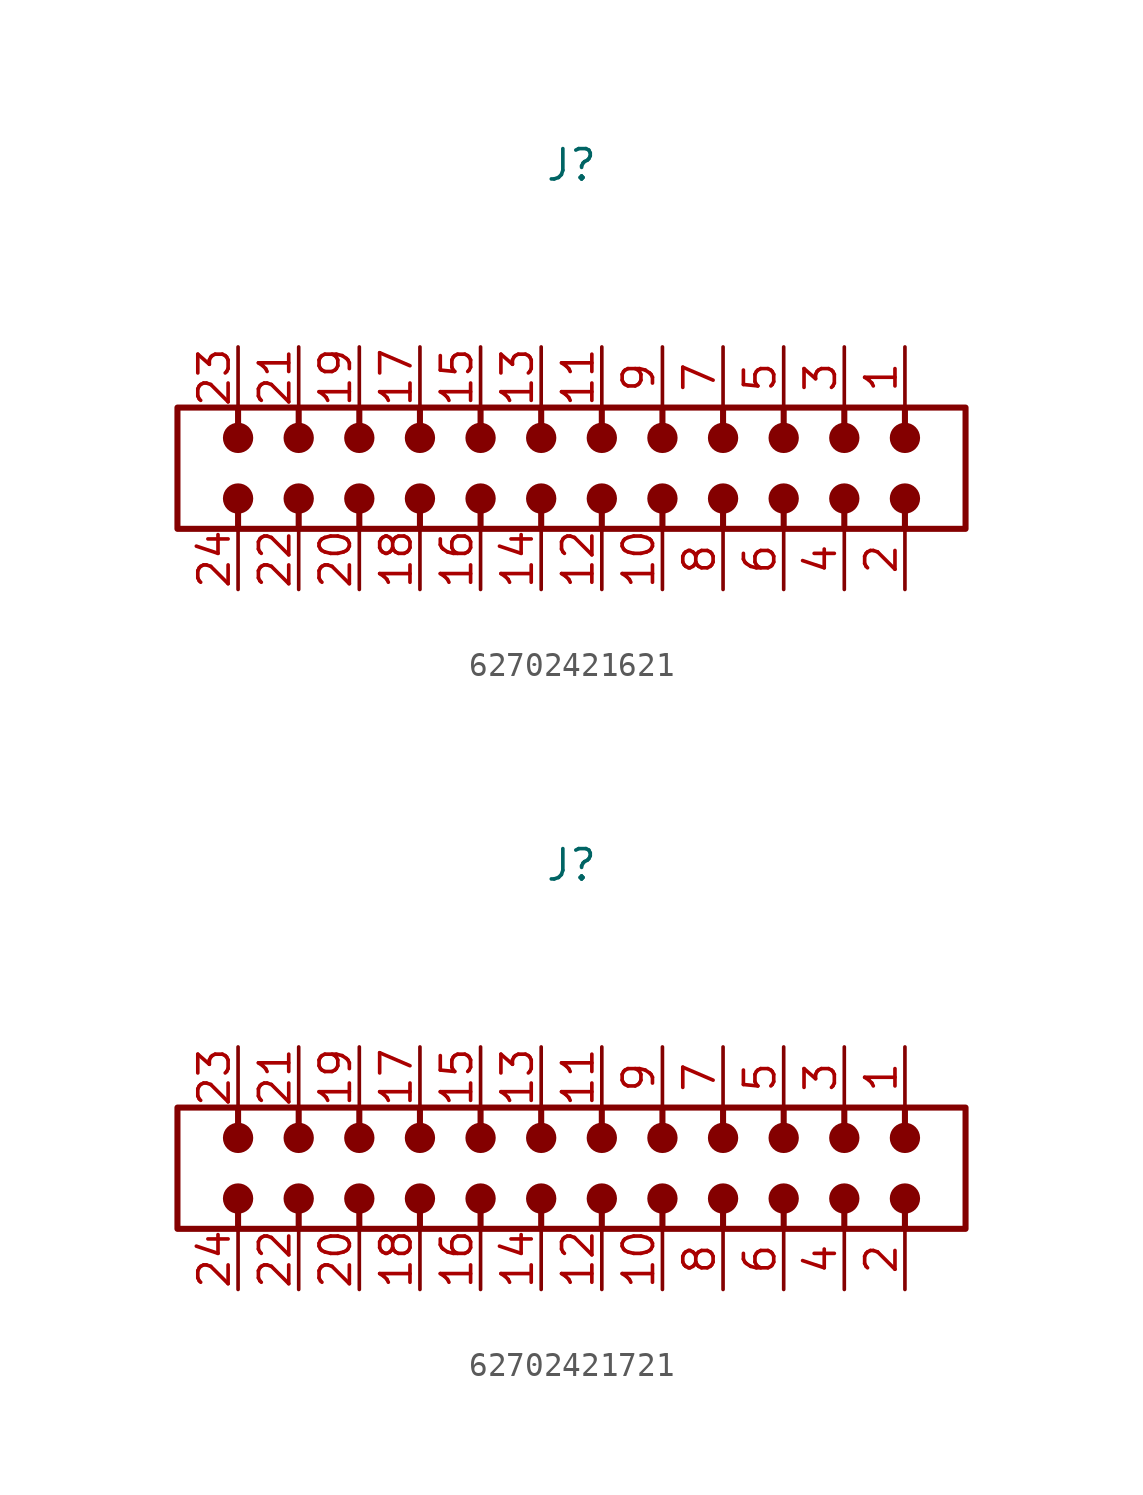
<source format=kicad_sym>
(kicad_symbol_lib
  (version 20241209)
  (generator "kicad_symbol_editor")
  (generator_version "9.0")
  (symbol "62702421621"
    (pin_names
      (hide yes))
    (property "Reference" "J"
      (at 0 12.7 0)
      (effects (font (size 1.27 1.27))))
    (symbol "62702421621_1_1"
      (rectangle (start -16.51 2.54) (end 16.51 -2.54) (stroke (width 0.254) (type solid)) (fill (type none)))
      (polyline (pts (xy -13.97 1.778) (xy -13.97 2.54)) (stroke (width 0.254) (type solid)) (fill (type none)))
      (circle (center -13.97 1.27) (radius 0.508) (stroke (width 0.254) (type solid)) (fill (type outline)))
      (circle (center -13.97 -1.27) (radius 0.508) (stroke (width 0.254) (type solid)) (fill (type outline)))
      (polyline (pts (xy -13.97 -1.778) (xy -13.97 -2.54)) (stroke (width 0.254) (type solid)) (fill (type none)))
      (polyline (pts (xy -11.43 1.778) (xy -11.43 2.54)) (stroke (width 0.254) (type solid)) (fill (type none)))
      (circle (center -11.43 1.27) (radius 0.508) (stroke (width 0.254) (type solid)) (fill (type outline)))
      (circle (center -11.43 -1.27) (radius 0.508) (stroke (width 0.254) (type solid)) (fill (type outline)))
      (polyline (pts (xy -11.43 -1.778) (xy -11.43 -2.54)) (stroke (width 0.254) (type solid)) (fill (type none)))
      (polyline (pts (xy -8.89 1.778) (xy -8.89 2.54)) (stroke (width 0.254) (type solid)) (fill (type none)))
      (circle (center -8.89 1.27) (radius 0.508) (stroke (width 0.254) (type solid)) (fill (type outline)))
      (circle (center -8.89 -1.27) (radius 0.508) (stroke (width 0.254) (type solid)) (fill (type outline)))
      (polyline (pts (xy -8.89 -1.778) (xy -8.89 -2.54)) (stroke (width 0.254) (type solid)) (fill (type none)))
      (polyline (pts (xy -6.35 1.778) (xy -6.35 2.54)) (stroke (width 0.254) (type solid)) (fill (type none)))
      (circle (center -6.35 1.27) (radius 0.508) (stroke (width 0.254) (type solid)) (fill (type outline)))
      (circle (center -6.35 -1.27) (radius 0.508) (stroke (width 0.254) (type solid)) (fill (type outline)))
      (polyline (pts (xy -6.35 -1.778) (xy -6.35 -2.54)) (stroke (width 0.254) (type solid)) (fill (type none)))
      (polyline (pts (xy -3.81 1.778) (xy -3.81 2.54)) (stroke (width 0.254) (type solid)) (fill (type none)))
      (circle (center -3.81 1.27) (radius 0.508) (stroke (width 0.254) (type solid)) (fill (type outline)))
      (circle (center -3.81 -1.27) (radius 0.508) (stroke (width 0.254) (type solid)) (fill (type outline)))
      (polyline (pts (xy -3.81 -1.778) (xy -3.81 -2.54)) (stroke (width 0.254) (type solid)) (fill (type none)))
      (polyline (pts (xy -1.27 1.778) (xy -1.27 2.54)) (stroke (width 0.254) (type solid)) (fill (type none)))
      (circle (center -1.27 1.27) (radius 0.508) (stroke (width 0.254) (type solid)) (fill (type outline)))
      (circle (center -1.27 -1.27) (radius 0.508) (stroke (width 0.254) (type solid)) (fill (type outline)))
      (polyline (pts (xy -1.27 -1.778) (xy -1.27 -2.54)) (stroke (width 0.254) (type solid)) (fill (type none)))
      (polyline (pts (xy 1.27 1.778) (xy 1.27 2.54)) (stroke (width 0.254) (type solid)) (fill (type none)))
      (circle (center 1.27 1.27) (radius 0.508) (stroke (width 0.254) (type solid)) (fill (type outline)))
      (circle (center 1.27 -1.27) (radius 0.508) (stroke (width 0.254) (type solid)) (fill (type outline)))
      (polyline (pts (xy 1.27 -1.778) (xy 1.27 -2.54)) (stroke (width 0.254) (type solid)) (fill (type none)))
      (polyline (pts (xy 3.81 1.778) (xy 3.81 2.54)) (stroke (width 0.254) (type solid)) (fill (type none)))
      (circle (center 3.81 1.27) (radius 0.508) (stroke (width 0.254) (type solid)) (fill (type outline)))
      (circle (center 3.81 -1.27) (radius 0.508) (stroke (width 0.254) (type solid)) (fill (type outline)))
      (polyline (pts (xy 3.81 -1.778) (xy 3.81 -2.54)) (stroke (width 0.254) (type solid)) (fill (type none)))
      (polyline (pts (xy 6.35 1.778) (xy 6.35 2.54)) (stroke (width 0.254) (type solid)) (fill (type none)))
      (circle (center 6.35 1.27) (radius 0.508) (stroke (width 0.254) (type solid)) (fill (type outline)))
      (circle (center 6.35 -1.27) (radius 0.508) (stroke (width 0.254) (type solid)) (fill (type outline)))
      (polyline (pts (xy 6.35 -1.778) (xy 6.35 -2.54)) (stroke (width 0.254) (type solid)) (fill (type none)))
      (polyline (pts (xy 8.89 1.778) (xy 8.89 2.54)) (stroke (width 0.254) (type solid)) (fill (type none)))
      (circle (center 8.89 1.27) (radius 0.508) (stroke (width 0.254) (type solid)) (fill (type outline)))
      (circle (center 8.89 -1.27) (radius 0.508) (stroke (width 0.254) (type solid)) (fill (type outline)))
      (polyline (pts (xy 8.89 -1.778) (xy 8.89 -2.54)) (stroke (width 0.254) (type solid)) (fill (type none)))
      (polyline (pts (xy 11.43 1.778) (xy 11.43 2.54)) (stroke (width 0.254) (type solid)) (fill (type none)))
      (circle (center 11.43 1.27) (radius 0.508) (stroke (width 0.254) (type solid)) (fill (type outline)))
      (circle (center 11.43 -1.27) (radius 0.508) (stroke (width 0.254) (type solid)) (fill (type outline)))
      (polyline (pts (xy 11.43 -1.778) (xy 11.43 -2.54)) (stroke (width 0.254) (type solid)) (fill (type none)))
      (polyline (pts (xy 13.97 1.778) (xy 13.97 2.54)) (stroke (width 0.254) (type solid)) (fill (type none)))
      (circle (center 13.97 1.27) (radius 0.508) (stroke (width 0.254) (type solid)) (fill (type outline)))
      (circle (center 13.97 -1.27) (radius 0.508) (stroke (width 0.254) (type solid)) (fill (type outline)))
      (polyline (pts (xy 13.97 -1.778) (xy 13.97 -2.54)) (stroke (width 0.254) (type solid)) (fill (type none)))
      (pin passive line (at -13.97 5.08 270) (length 2.54) (name "23" (effects (font (size 1.27 1.27)))) (number "23" (effects (font (size 1.27 1.27)))))
      (pin passive line (at -13.97 -5.08 90) (length 2.54) (name "24" (effects (font (size 1.27 1.27)))) (number "24" (effects (font (size 1.27 1.27)))))
      (pin passive line (at -11.43 5.08 270) (length 2.54) (name "21" (effects (font (size 1.27 1.27)))) (number "21" (effects (font (size 1.27 1.27)))))
      (pin passive line (at -11.43 -5.08 90) (length 2.54) (name "22" (effects (font (size 1.27 1.27)))) (number "22" (effects (font (size 1.27 1.27)))))
      (pin passive line (at -8.89 5.08 270) (length 2.54) (name "19" (effects (font (size 1.27 1.27)))) (number "19" (effects (font (size 1.27 1.27)))))
      (pin passive line (at -8.89 -5.08 90) (length 2.54) (name "20" (effects (font (size 1.27 1.27)))) (number "20" (effects (font (size 1.27 1.27)))))
      (pin passive line (at -6.35 5.08 270) (length 2.54) (name "17" (effects (font (size 1.27 1.27)))) (number "17" (effects (font (size 1.27 1.27)))))
      (pin passive line (at -6.35 -5.08 90) (length 2.54) (name "18" (effects (font (size 1.27 1.27)))) (number "18" (effects (font (size 1.27 1.27)))))
      (pin passive line (at -3.81 5.08 270) (length 2.54) (name "15" (effects (font (size 1.27 1.27)))) (number "15" (effects (font (size 1.27 1.27)))))
      (pin passive line (at -3.81 -5.08 90) (length 2.54) (name "16" (effects (font (size 1.27 1.27)))) (number "16" (effects (font (size 1.27 1.27)))))
      (pin passive line (at -1.27 5.08 270) (length 2.54) (name "13" (effects (font (size 1.27 1.27)))) (number "13" (effects (font (size 1.27 1.27)))))
      (pin passive line (at -1.27 -5.08 90) (length 2.54) (name "14" (effects (font (size 1.27 1.27)))) (number "14" (effects (font (size 1.27 1.27)))))
      (pin passive line (at 1.27 5.08 270) (length 2.54) (name "11" (effects (font (size 1.27 1.27)))) (number "11" (effects (font (size 1.27 1.27)))))
      (pin passive line (at 1.27 -5.08 90) (length 2.54) (name "12" (effects (font (size 1.27 1.27)))) (number "12" (effects (font (size 1.27 1.27)))))
      (pin passive line (at 3.81 5.08 270) (length 2.54) (name "9" (effects (font (size 1.27 1.27)))) (number "9" (effects (font (size 1.27 1.27)))))
      (pin passive line (at 3.81 -5.08 90) (length 2.54) (name "10" (effects (font (size 1.27 1.27)))) (number "10" (effects (font (size 1.27 1.27)))))
      (pin passive line (at 6.35 5.08 270) (length 2.54) (name "7" (effects (font (size 1.27 1.27)))) (number "7" (effects (font (size 1.27 1.27)))))
      (pin passive line (at 6.35 -5.08 90) (length 2.54) (name "8" (effects (font (size 1.27 1.27)))) (number "8" (effects (font (size 1.27 1.27)))))
      (pin passive line (at 8.89 5.08 270) (length 2.54) (name "5" (effects (font (size 1.27 1.27)))) (number "5" (effects (font (size 1.27 1.27)))))
      (pin passive line (at 8.89 -5.08 90) (length 2.54) (name "6" (effects (font (size 1.27 1.27)))) (number "6" (effects (font (size 1.27 1.27)))))
      (pin passive line (at 11.43 5.08 270) (length 2.54) (name "3" (effects (font (size 1.27 1.27)))) (number "3" (effects (font (size 1.27 1.27)))))
      (pin passive line (at 11.43 -5.08 90) (length 2.54) (name "4" (effects (font (size 1.27 1.27)))) (number "4" (effects (font (size 1.27 1.27)))))
      (pin passive line (at 13.97 5.08 270) (length 2.54) (name "1" (effects (font (size 1.27 1.27)))) (number "1" (effects (font (size 1.27 1.27)))))
      (pin passive line (at 13.97 -5.08 90) (length 2.54) (name "2" (effects (font (size 1.27 1.27)))) (number "2" (effects (font (size 1.27 1.27)))))))
  (symbol "62702421721"
    (pin_names
      (hide yes))
    (property "Reference" "J"
      (at 0 12.7 0)
      (effects (font (size 1.27 1.27))))
    (symbol "62702421721_1_1"
      (rectangle (start -16.51 2.54) (end 16.51 -2.54) (stroke (width 0.254) (type solid)) (fill (type none)))
      (polyline (pts (xy -13.97 1.778) (xy -13.97 2.54)) (stroke (width 0.254) (type solid)) (fill (type none)))
      (circle (center -13.97 1.27) (radius 0.508) (stroke (width 0.254) (type solid)) (fill (type outline)))
      (circle (center -13.97 -1.27) (radius 0.508) (stroke (width 0.254) (type solid)) (fill (type outline)))
      (polyline (pts (xy -13.97 -1.778) (xy -13.97 -2.54)) (stroke (width 0.254) (type solid)) (fill (type none)))
      (polyline (pts (xy -11.43 1.778) (xy -11.43 2.54)) (stroke (width 0.254) (type solid)) (fill (type none)))
      (circle (center -11.43 1.27) (radius 0.508) (stroke (width 0.254) (type solid)) (fill (type outline)))
      (circle (center -11.43 -1.27) (radius 0.508) (stroke (width 0.254) (type solid)) (fill (type outline)))
      (polyline (pts (xy -11.43 -1.778) (xy -11.43 -2.54)) (stroke (width 0.254) (type solid)) (fill (type none)))
      (polyline (pts (xy -8.89 1.778) (xy -8.89 2.54)) (stroke (width 0.254) (type solid)) (fill (type none)))
      (circle (center -8.89 1.27) (radius 0.508) (stroke (width 0.254) (type solid)) (fill (type outline)))
      (circle (center -8.89 -1.27) (radius 0.508) (stroke (width 0.254) (type solid)) (fill (type outline)))
      (polyline (pts (xy -8.89 -1.778) (xy -8.89 -2.54)) (stroke (width 0.254) (type solid)) (fill (type none)))
      (polyline (pts (xy -6.35 1.778) (xy -6.35 2.54)) (stroke (width 0.254) (type solid)) (fill (type none)))
      (circle (center -6.35 1.27) (radius 0.508) (stroke (width 0.254) (type solid)) (fill (type outline)))
      (circle (center -6.35 -1.27) (radius 0.508) (stroke (width 0.254) (type solid)) (fill (type outline)))
      (polyline (pts (xy -6.35 -1.778) (xy -6.35 -2.54)) (stroke (width 0.254) (type solid)) (fill (type none)))
      (polyline (pts (xy -3.81 1.778) (xy -3.81 2.54)) (stroke (width 0.254) (type solid)) (fill (type none)))
      (circle (center -3.81 1.27) (radius 0.508) (stroke (width 0.254) (type solid)) (fill (type outline)))
      (circle (center -3.81 -1.27) (radius 0.508) (stroke (width 0.254) (type solid)) (fill (type outline)))
      (polyline (pts (xy -3.81 -1.778) (xy -3.81 -2.54)) (stroke (width 0.254) (type solid)) (fill (type none)))
      (polyline (pts (xy -1.27 1.778) (xy -1.27 2.54)) (stroke (width 0.254) (type solid)) (fill (type none)))
      (circle (center -1.27 1.27) (radius 0.508) (stroke (width 0.254) (type solid)) (fill (type outline)))
      (circle (center -1.27 -1.27) (radius 0.508) (stroke (width 0.254) (type solid)) (fill (type outline)))
      (polyline (pts (xy -1.27 -1.778) (xy -1.27 -2.54)) (stroke (width 0.254) (type solid)) (fill (type none)))
      (polyline (pts (xy 1.27 1.778) (xy 1.27 2.54)) (stroke (width 0.254) (type solid)) (fill (type none)))
      (circle (center 1.27 1.27) (radius 0.508) (stroke (width 0.254) (type solid)) (fill (type outline)))
      (circle (center 1.27 -1.27) (radius 0.508) (stroke (width 0.254) (type solid)) (fill (type outline)))
      (polyline (pts (xy 1.27 -1.778) (xy 1.27 -2.54)) (stroke (width 0.254) (type solid)) (fill (type none)))
      (polyline (pts (xy 3.81 1.778) (xy 3.81 2.54)) (stroke (width 0.254) (type solid)) (fill (type none)))
      (circle (center 3.81 1.27) (radius 0.508) (stroke (width 0.254) (type solid)) (fill (type outline)))
      (circle (center 3.81 -1.27) (radius 0.508) (stroke (width 0.254) (type solid)) (fill (type outline)))
      (polyline (pts (xy 3.81 -1.778) (xy 3.81 -2.54)) (stroke (width 0.254) (type solid)) (fill (type none)))
      (polyline (pts (xy 6.35 1.778) (xy 6.35 2.54)) (stroke (width 0.254) (type solid)) (fill (type none)))
      (circle (center 6.35 1.27) (radius 0.508) (stroke (width 0.254) (type solid)) (fill (type outline)))
      (circle (center 6.35 -1.27) (radius 0.508) (stroke (width 0.254) (type solid)) (fill (type outline)))
      (polyline (pts (xy 6.35 -1.778) (xy 6.35 -2.54)) (stroke (width 0.254) (type solid)) (fill (type none)))
      (polyline (pts (xy 8.89 1.778) (xy 8.89 2.54)) (stroke (width 0.254) (type solid)) (fill (type none)))
      (circle (center 8.89 1.27) (radius 0.508) (stroke (width 0.254) (type solid)) (fill (type outline)))
      (circle (center 8.89 -1.27) (radius 0.508) (stroke (width 0.254) (type solid)) (fill (type outline)))
      (polyline (pts (xy 8.89 -1.778) (xy 8.89 -2.54)) (stroke (width 0.254) (type solid)) (fill (type none)))
      (polyline (pts (xy 11.43 1.778) (xy 11.43 2.54)) (stroke (width 0.254) (type solid)) (fill (type none)))
      (circle (center 11.43 1.27) (radius 0.508) (stroke (width 0.254) (type solid)) (fill (type outline)))
      (circle (center 11.43 -1.27) (radius 0.508) (stroke (width 0.254) (type solid)) (fill (type outline)))
      (polyline (pts (xy 11.43 -1.778) (xy 11.43 -2.54)) (stroke (width 0.254) (type solid)) (fill (type none)))
      (polyline (pts (xy 13.97 1.778) (xy 13.97 2.54)) (stroke (width 0.254) (type solid)) (fill (type none)))
      (circle (center 13.97 1.27) (radius 0.508) (stroke (width 0.254) (type solid)) (fill (type outline)))
      (circle (center 13.97 -1.27) (radius 0.508) (stroke (width 0.254) (type solid)) (fill (type outline)))
      (polyline (pts (xy 13.97 -1.778) (xy 13.97 -2.54)) (stroke (width 0.254) (type solid)) (fill (type none)))
      (pin passive line (at -13.97 5.08 270) (length 2.54) (name "23" (effects (font (size 1.27 1.27)))) (number "23" (effects (font (size 1.27 1.27)))))
      (pin passive line (at -13.97 -5.08 90) (length 2.54) (name "24" (effects (font (size 1.27 1.27)))) (number "24" (effects (font (size 1.27 1.27)))))
      (pin passive line (at -11.43 5.08 270) (length 2.54) (name "21" (effects (font (size 1.27 1.27)))) (number "21" (effects (font (size 1.27 1.27)))))
      (pin passive line (at -11.43 -5.08 90) (length 2.54) (name "22" (effects (font (size 1.27 1.27)))) (number "22" (effects (font (size 1.27 1.27)))))
      (pin passive line (at -8.89 5.08 270) (length 2.54) (name "19" (effects (font (size 1.27 1.27)))) (number "19" (effects (font (size 1.27 1.27)))))
      (pin passive line (at -8.89 -5.08 90) (length 2.54) (name "20" (effects (font (size 1.27 1.27)))) (number "20" (effects (font (size 1.27 1.27)))))
      (pin passive line (at -6.35 5.08 270) (length 2.54) (name "17" (effects (font (size 1.27 1.27)))) (number "17" (effects (font (size 1.27 1.27)))))
      (pin passive line (at -6.35 -5.08 90) (length 2.54) (name "18" (effects (font (size 1.27 1.27)))) (number "18" (effects (font (size 1.27 1.27)))))
      (pin passive line (at -3.81 5.08 270) (length 2.54) (name "15" (effects (font (size 1.27 1.27)))) (number "15" (effects (font (size 1.27 1.27)))))
      (pin passive line (at -3.81 -5.08 90) (length 2.54) (name "16" (effects (font (size 1.27 1.27)))) (number "16" (effects (font (size 1.27 1.27)))))
      (pin passive line (at -1.27 5.08 270) (length 2.54) (name "13" (effects (font (size 1.27 1.27)))) (number "13" (effects (font (size 1.27 1.27)))))
      (pin passive line (at -1.27 -5.08 90) (length 2.54) (name "14" (effects (font (size 1.27 1.27)))) (number "14" (effects (font (size 1.27 1.27)))))
      (pin passive line (at 1.27 5.08 270) (length 2.54) (name "11" (effects (font (size 1.27 1.27)))) (number "11" (effects (font (size 1.27 1.27)))))
      (pin passive line (at 1.27 -5.08 90) (length 2.54) (name "12" (effects (font (size 1.27 1.27)))) (number "12" (effects (font (size 1.27 1.27)))))
      (pin passive line (at 3.81 5.08 270) (length 2.54) (name "9" (effects (font (size 1.27 1.27)))) (number "9" (effects (font (size 1.27 1.27)))))
      (pin passive line (at 3.81 -5.08 90) (length 2.54) (name "10" (effects (font (size 1.27 1.27)))) (number "10" (effects (font (size 1.27 1.27)))))
      (pin passive line (at 6.35 5.08 270) (length 2.54) (name "7" (effects (font (size 1.27 1.27)))) (number "7" (effects (font (size 1.27 1.27)))))
      (pin passive line (at 6.35 -5.08 90) (length 2.54) (name "8" (effects (font (size 1.27 1.27)))) (number "8" (effects (font (size 1.27 1.27)))))
      (pin passive line (at 8.89 5.08 270) (length 2.54) (name "5" (effects (font (size 1.27 1.27)))) (number "5" (effects (font (size 1.27 1.27)))))
      (pin passive line (at 8.89 -5.08 90) (length 2.54) (name "6" (effects (font (size 1.27 1.27)))) (number "6" (effects (font (size 1.27 1.27)))))
      (pin passive line (at 11.43 5.08 270) (length 2.54) (name "3" (effects (font (size 1.27 1.27)))) (number "3" (effects (font (size 1.27 1.27)))))
      (pin passive line (at 11.43 -5.08 90) (length 2.54) (name "4" (effects (font (size 1.27 1.27)))) (number "4" (effects (font (size 1.27 1.27)))))
      (pin passive line (at 13.97 5.08 270) (length 2.54) (name "1" (effects (font (size 1.27 1.27)))) (number "1" (effects (font (size 1.27 1.27)))))
      (pin passive line (at 13.97 -5.08 90) (length 2.54) (name "2" (effects (font (size 1.27 1.27)))) (number "2" (effects (font (size 1.27 1.27))))))))
</source>
